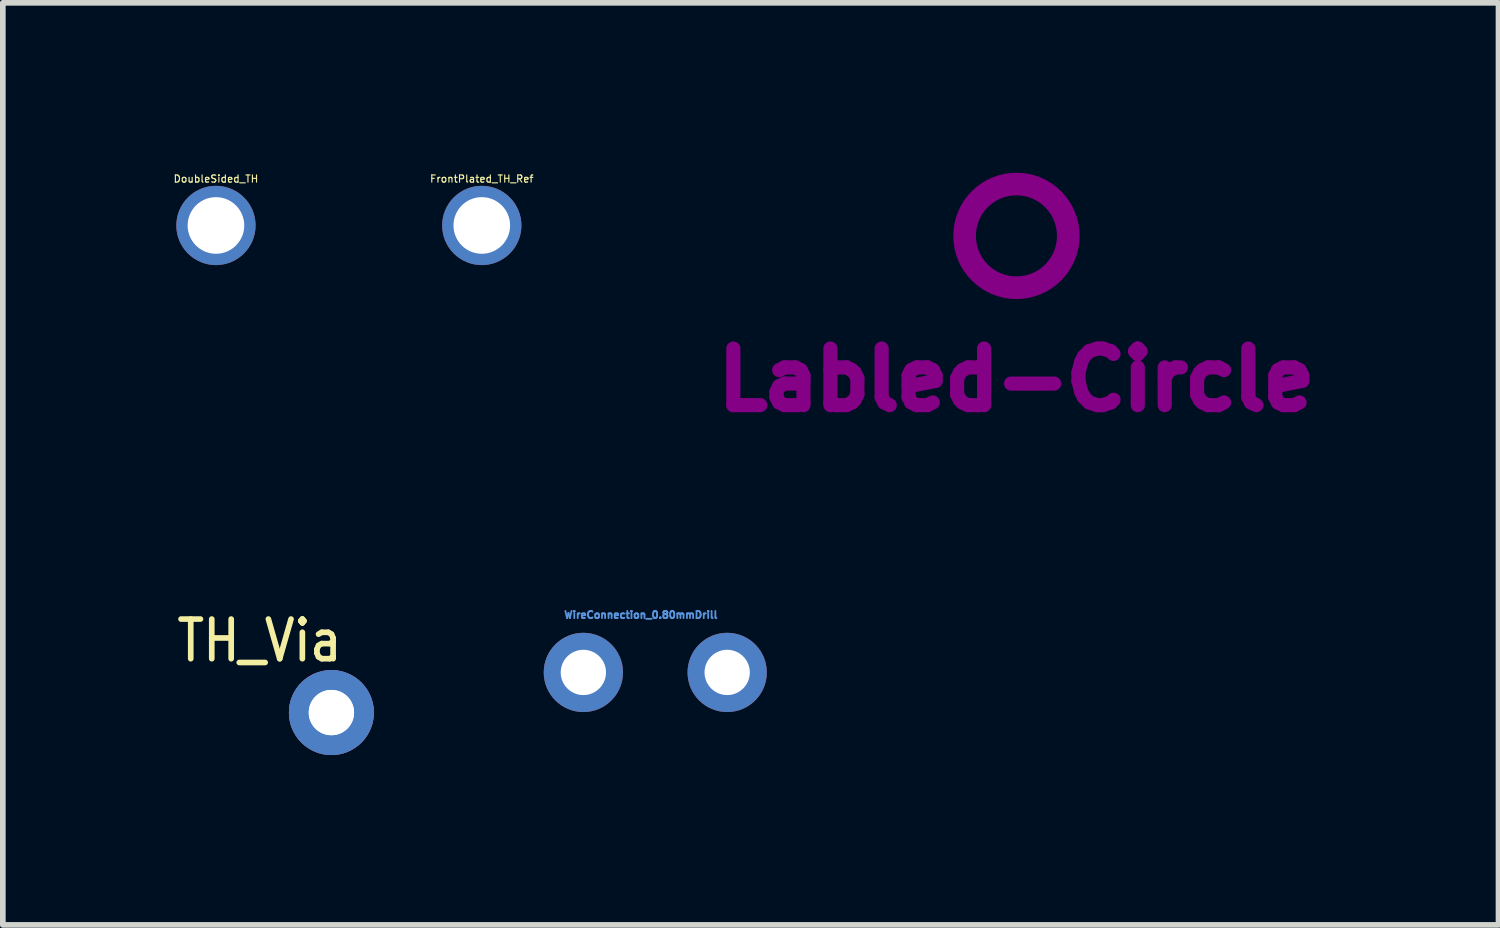
<source format=kicad_pcb>
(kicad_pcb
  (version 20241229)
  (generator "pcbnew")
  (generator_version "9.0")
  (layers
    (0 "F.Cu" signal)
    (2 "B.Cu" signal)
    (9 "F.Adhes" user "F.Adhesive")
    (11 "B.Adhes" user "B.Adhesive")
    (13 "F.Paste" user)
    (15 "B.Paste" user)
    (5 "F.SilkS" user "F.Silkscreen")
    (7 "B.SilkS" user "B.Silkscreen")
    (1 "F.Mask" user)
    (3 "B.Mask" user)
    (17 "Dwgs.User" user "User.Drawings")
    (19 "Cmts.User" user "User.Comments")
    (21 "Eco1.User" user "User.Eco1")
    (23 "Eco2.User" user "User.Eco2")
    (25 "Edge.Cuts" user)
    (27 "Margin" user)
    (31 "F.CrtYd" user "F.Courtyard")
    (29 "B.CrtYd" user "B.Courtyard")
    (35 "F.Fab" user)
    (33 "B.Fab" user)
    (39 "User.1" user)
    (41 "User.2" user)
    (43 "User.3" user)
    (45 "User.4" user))
  (footprint "FrontPlated_TH_Ref"
    (layer "F.Cu")
    (at 5.459 0.932)
    (property "Reference" "FrontPlated_TH_Ref" (at 0 -0.823 0) (layer "F.SilkS") (effects (font (size 0.127 0.127) (thickness 0.02))))
    (attr through_hole)
    (pad "" thru_hole circle (at 0 0) (size 1.4 1.4) (drill 1) (layers "*.Mask" "F.Cu")))
  (footprint "TH_Via"
    (layer "F.Cu")
    (at 2.803 9.535)
    (property "Reference" "TH_Via" (at -1.27 -1.27 0) (layer "F.SilkS") (effects (font (size 0.7 0.6) (thickness 0.1))))
    (attr through_hole)
    (pad "1" thru_hole circle (at 0 0) (size 1.5 1.5) (drill 0.8) (layers "*.Mask" "B.Cu"))
    (pad "2" thru_hole circle (at 0 0) (size 1.5 1.5) (drill 0.8) (layers "*.Cu" "*.Mask")))
  (footprint "Labled-Circle"
    (layer "F.Cu")
    (at 14.902 1.116)
    (property "Reference" "Labled-Circle" (at 0 2.54 0) (layer "F.Adhes") (effects (font (size 1 1) (thickness 0.25))))
    (attr exclude_from_pos_files exclude_from_bom)
    (fp_circle (center 0 0) (end 0.762 0.508) (stroke (width 0.4) (type solid)) (fill no) (layer "F.Adhes")))
  (footprint "WireConnection_0.80mmDrill"
    (layer "F.Cu")
    (at 7.253 8.826)
    (property "Reference" "WireConnection_0.80mmDrill" (at 1.016 -1.016 0) (layer "Cmts.User") (effects (font (size 0.127 0.127) (thickness 0.032))))
    (attr through_hole)
    (pad "1" thru_hole circle (at 0 0) (size 1.4 1.4) (drill 0.8) (layers "*.Cu" "*.Mask"))
    (pad "2" thru_hole circle (at 2.54 0) (size 1.4 1.4) (drill 0.8) (layers "*.Cu" "*.Mask")))
  (footprint "DoubleSided_TH"
    (layer "F.Cu")
    (at 0.764 0.932)
    (property "Reference" "DoubleSided_TH" (at 0 -0.823 0) (layer "F.SilkS") (effects (font (size 0.127 0.127) (thickness 0.02))))
    (attr through_hole)
    (pad "" thru_hole circle (at 0 0) (size 1.4 1.4) (drill 1) (layers "*.Cu" "*.Mask")))
  (gr_rect
    (start -3 -3)
    (end 23.416 13.285)
    (stroke (width 0.1) (type default))
    (fill no)
    (layer "Edge.Cuts")))
</source>
